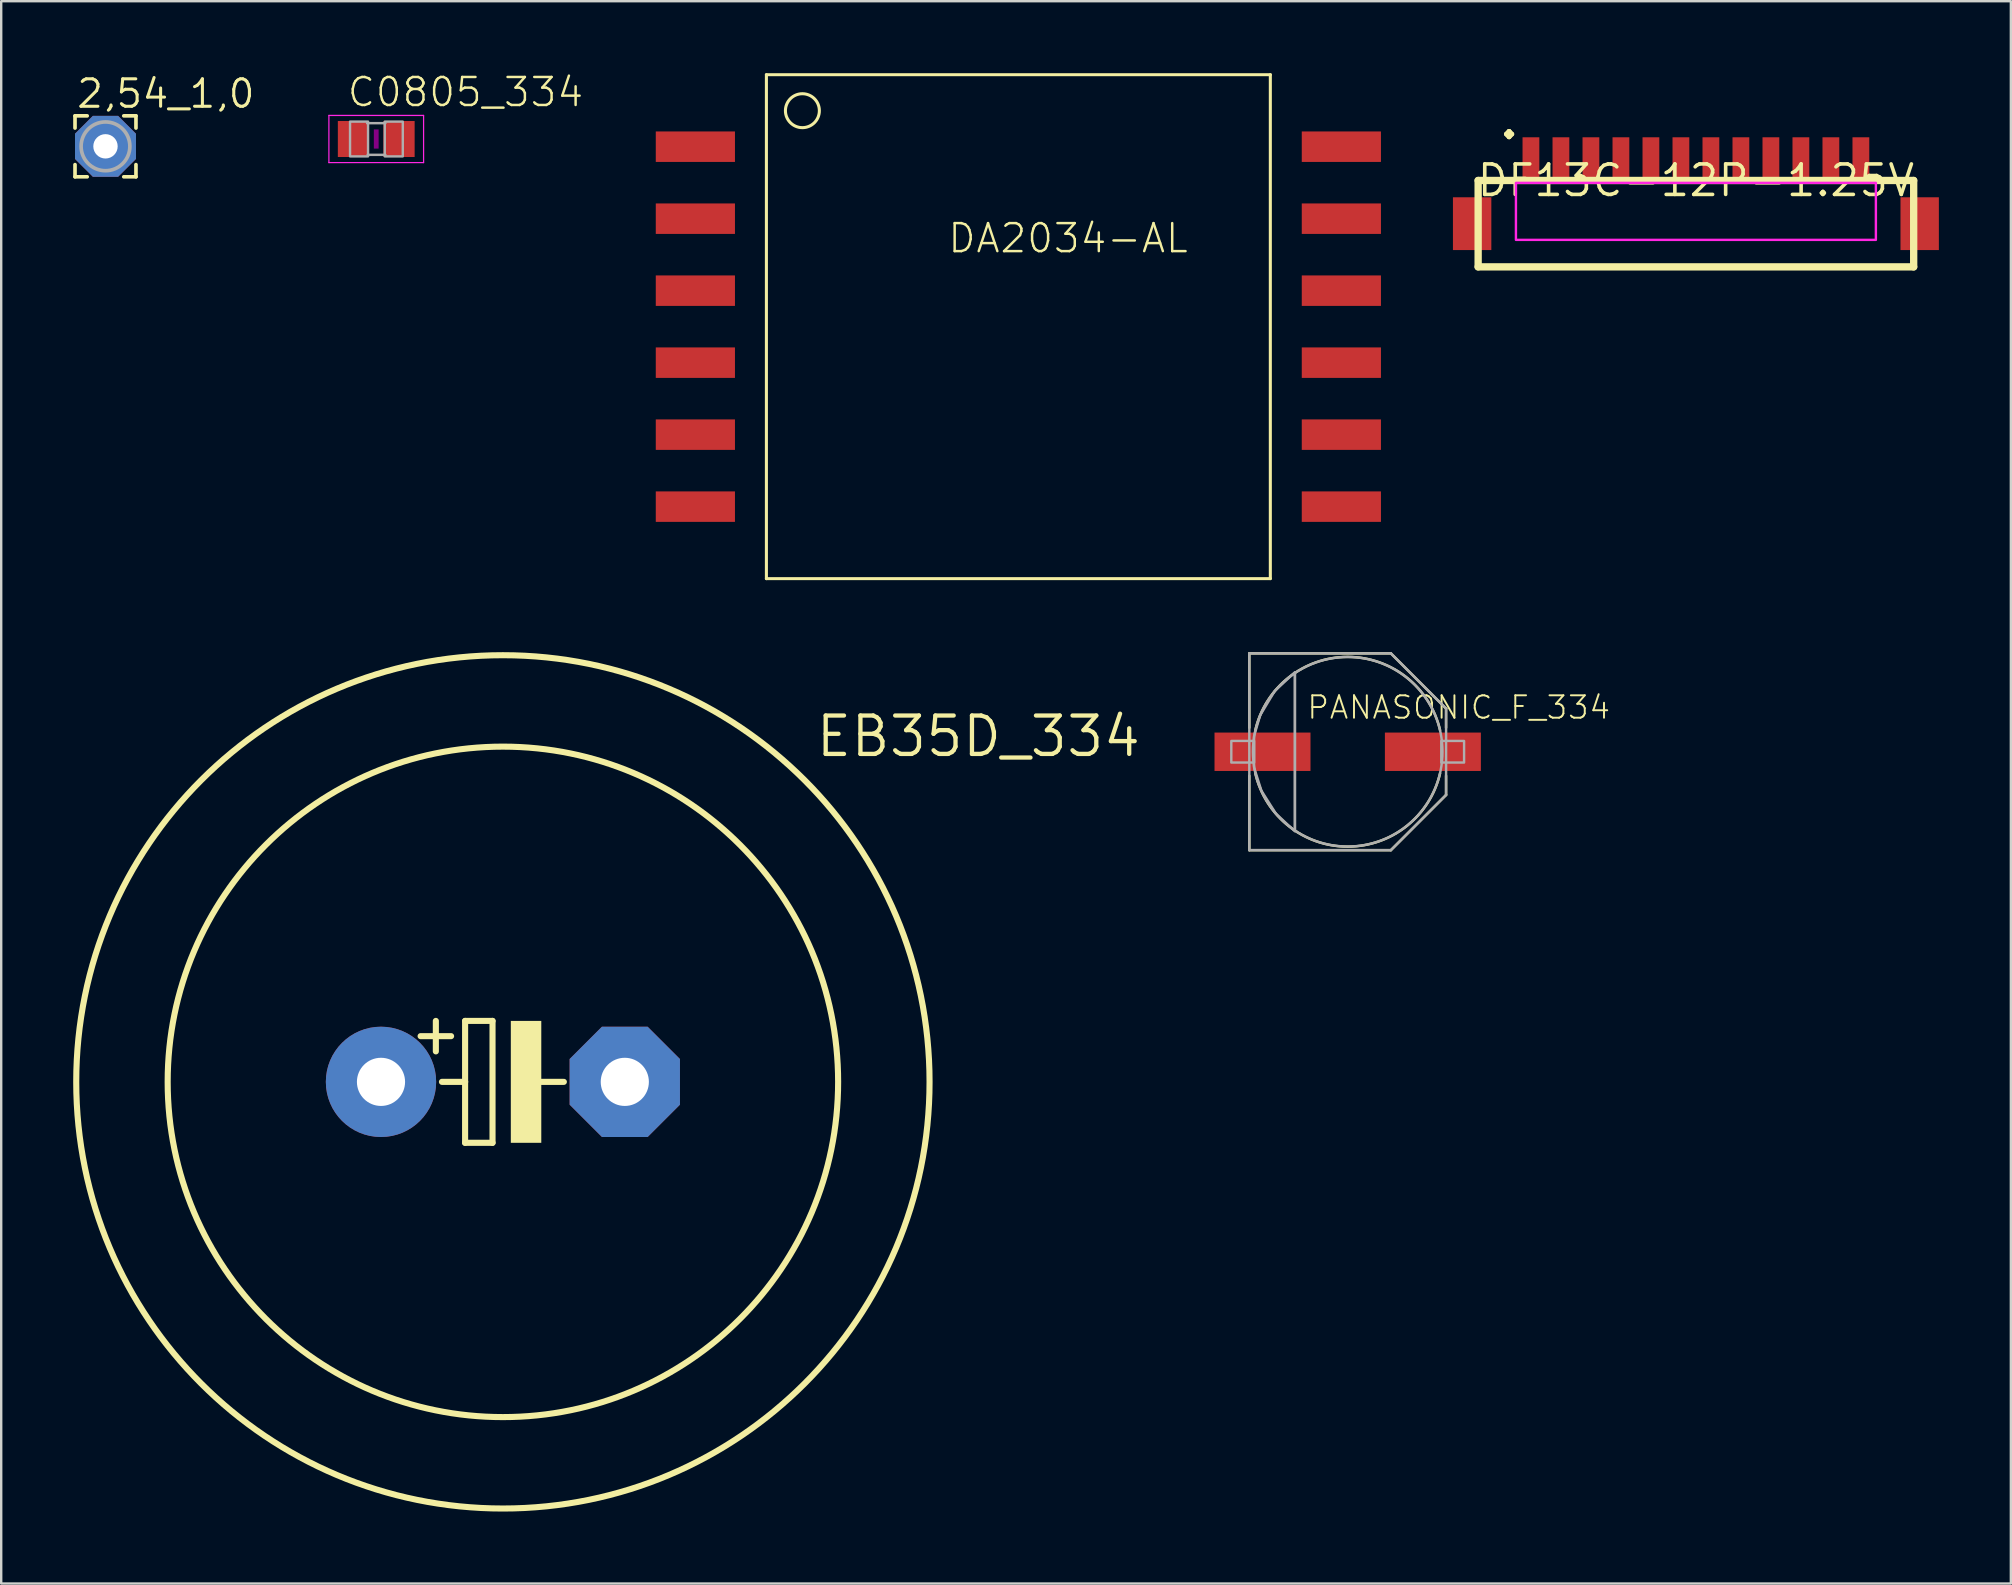
<source format=kicad_pcb>
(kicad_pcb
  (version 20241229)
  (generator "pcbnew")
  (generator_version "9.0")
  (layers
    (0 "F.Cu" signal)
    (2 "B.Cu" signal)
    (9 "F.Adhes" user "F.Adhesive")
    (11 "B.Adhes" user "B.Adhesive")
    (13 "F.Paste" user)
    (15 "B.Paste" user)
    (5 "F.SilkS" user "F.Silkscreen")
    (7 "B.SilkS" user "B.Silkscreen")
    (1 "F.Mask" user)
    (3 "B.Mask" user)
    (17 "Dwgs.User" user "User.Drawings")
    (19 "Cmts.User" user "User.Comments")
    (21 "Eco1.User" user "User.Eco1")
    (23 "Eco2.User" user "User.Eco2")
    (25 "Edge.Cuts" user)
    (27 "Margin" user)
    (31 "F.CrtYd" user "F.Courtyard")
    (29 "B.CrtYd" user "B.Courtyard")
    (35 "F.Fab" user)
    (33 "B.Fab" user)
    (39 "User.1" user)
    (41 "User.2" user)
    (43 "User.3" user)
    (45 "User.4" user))
  (footprint "PANASONIC_F_334"
    (layer "F.Cu")
    (at 53.112 28.278)
    (property "Reference" "PANASONIC_F_334" (at -1.75 -1.3 0) (unlocked yes) (layer "F.SilkS") (effects (font (size 0.935 0.935) (thickness 0.081)) (justify left bottom)))
    (fp_line (start -4.1 -4.1) (end 1.8 -4.1) (stroke (width 0.102) (type solid)) (layer "F.SilkS"))
    (fp_line (start -4.1 -1) (end -4.1 -4.1) (stroke (width 0.102) (type solid)) (layer "F.SilkS"))
    (fp_line (start -4.1 4.1) (end -4.1 1) (stroke (width 0.102) (type solid)) (layer "F.SilkS"))
    (fp_line (start 1.8 -4.1) (end 4.1 -1.8) (stroke (width 0.102) (type solid)) (layer "F.SilkS"))
    (fp_line (start 1.8 4.1) (end -4.1 4.1) (stroke (width 0.102) (type solid)) (layer "F.SilkS"))
    (fp_line (start 4.1 -1.8) (end 4.1 -1) (stroke (width 0.102) (type solid)) (layer "F.SilkS"))
    (fp_line (start 4.1 1) (end 4.1 1.8) (stroke (width 0.102) (type solid)) (layer "F.SilkS"))
    (fp_line (start 4.1 1.8) (end 1.8 4.1) (stroke (width 0.102) (type solid)) (layer "F.SilkS"))
    (fp_arc (start -3.85 -0.9) (mid 0 -3.953796) (end 3.85 -0.9) (stroke (width 0.1016) (type solid)) (layer "F.SilkS"))
    (fp_arc (start 3.85 0.9) (mid 0 3.953796) (end -3.85 0.9) (stroke (width 0.1016) (type solid)) (layer "F.SilkS"))
    (fp_line (start -4.1 -4.1) (end 1.8 -4.1) (stroke (width 0.102) (type solid)) (layer "F.Fab"))
    (fp_line (start -4.1 4.1) (end -4.1 -4.1) (stroke (width 0.102) (type solid)) (layer "F.Fab"))
    (fp_line (start -2.2 -3.25) (end -2.2 3.25) (stroke (width 0.102) (type solid)) (layer "F.Fab"))
    (fp_line (start 1.8 -4.1) (end 4.1 -1.8) (stroke (width 0.102) (type solid)) (layer "F.Fab"))
    (fp_line (start 1.8 4.1) (end -4.1 4.1) (stroke (width 0.102) (type solid)) (layer "F.Fab"))
    (fp_line (start 4.1 -1.8) (end 4.1 1.8) (stroke (width 0.102) (type solid)) (layer "F.Fab"))
    (fp_line (start 4.1 1.8) (end 1.8 4.1) (stroke (width 0.102) (type solid)) (layer "F.Fab"))
    (fp_circle (center 0 0) (end 3.95 0) (stroke (width 0.102) (type solid)) (fill no) (layer "F.Fab"))
    (fp_circle (center 0 0) (end 4 0) (stroke (width 0.001) (type solid)) (fill no) (layer "F.Fab"))
    (fp_poly (pts (xy -4.85 0.45) (xy -3.9 0.45) (xy -3.9 -0.45) (xy -4.85 -0.45)) (stroke (width 0.1) (type default)) (fill no) (layer "F.Fab"))
    (fp_poly (pts (xy 3.9 0.45) (xy 4.85 0.45) (xy 4.85 -0.45) (xy 3.9 -0.45)) (stroke (width 0.1) (type default)) (fill no) (layer "F.Fab"))
    (fp_poly (pts (xy -2.199 3.316) (xy -2.989 2.583) (xy -3.596 1.622) (xy -3.901 0.658) (xy -3.901 -0.657) (xy -3.647 -1.521) (xy -3.04 -2.532) (xy -2.199 -3.317)) (stroke (width 0.1) (type default)) (fill no) (layer "F.Fab"))
    (pad "+" smd rect (at 3.55 0) (size 4 1.6) (layers "F.Cu" "F.Mask" "F.Paste"))
    (pad "-" smd rect (at -3.55 0) (size 4 1.6) (layers "F.Cu" "F.Mask" "F.Paste")))
  (footprint "DF13C-12P-1.25V"
    (layer "F.Cu")
    (at 67.623 4.471)
    (property "Reference" "DF13C-12P-1.25V" (at 0 0 0) (layer "F.SilkS") (effects (font (size 1.27 1.27) (thickness 0.15))))
    (fp_line (start -9.075 0) (end -9.075 3.6) (stroke (width 0.305) (type solid)) (layer "F.SilkS"))
    (fp_line (start -9.075 3.6) (end 9.075 3.6) (stroke (width 0.305) (type solid)) (layer "F.SilkS"))
    (fp_line (start 9.075 0) (end -9.075 0) (stroke (width 0.305) (type solid)) (layer "F.SilkS"))
    (fp_line (start 9.075 3.6) (end 9.075 0) (stroke (width 0.305) (type solid)) (layer "F.SilkS"))
    (fp_poly (pts (xy -7.5 2.475) (xy 7.5 2.475) (xy 7.5 0.1) (xy -7.5 0.1)) (stroke (width 0.1) (type default)) (fill no) (layer "F.CrtYd"))
    (fp_text user "." (at -8.475 -1.525 0) (unlocked yes) (layer "F.SilkS") (effects (font (size 2.337 2.337) (thickness 0.203)) (justify left bottom)))
    (pad "M$0" smd rect (at 9.325 1.8 90) (size 2.2 1.6) (layers "F.Cu" "F.Mask" "F.Paste"))
    (pad "M$1" smd rect (at -9.325 1.8 90) (size 2.2 1.6) (layers "F.Cu" "F.Mask" "F.Paste"))
    (pad "P$1" smd rect (at -6.875 -0.9) (size 0.7 1.8) (layers "F.Cu" "F.Mask" "F.Paste"))
    (pad "P$2" smd rect (at -5.625 -0.9) (size 0.7 1.8) (layers "F.Cu" "F.Mask" "F.Paste"))
    (pad "P$3" smd rect (at -4.375 -0.9) (size 0.7 1.8) (layers "F.Cu" "F.Mask" "F.Paste"))
    (pad "P$4" smd rect (at -3.125 -0.9) (size 0.7 1.8) (layers "F.Cu" "F.Mask" "F.Paste"))
    (pad "P$5" smd rect (at -1.875 -0.9) (size 0.7 1.8) (layers "F.Cu" "F.Mask" "F.Paste"))
    (pad "P$6" smd rect (at -0.625 -0.9) (size 0.7 1.8) (layers "F.Cu" "F.Mask" "F.Paste"))
    (pad "P$7" smd rect (at 0.625 -0.9) (size 0.7 1.8) (layers "F.Cu" "F.Mask" "F.Paste"))
    (pad "P$8" smd rect (at 1.875 -0.9) (size 0.7 1.8) (layers "F.Cu" "F.Mask" "F.Paste"))
    (pad "P$9" smd rect (at 3.125 -0.9) (size 0.7 1.8) (layers "F.Cu" "F.Mask" "F.Paste"))
    (pad "P$10" smd rect (at 4.375 -0.9) (size 0.7 1.8) (layers "F.Cu" "F.Mask" "F.Paste"))
    (pad "P$11" smd rect (at 5.625 -0.9) (size 0.7 1.8) (layers "F.Cu" "F.Mask" "F.Paste"))
    (pad "P$12" smd rect (at 6.875 -0.9) (size 0.7 1.8) (layers "F.Cu" "F.Mask" "F.Paste")))
  (footprint "DA2034-AL"
    (layer "F.Cu")
    (at 39.388 10.563)
    (property "Reference" "DA2034-AL" (at -3 -3 0) (unlocked yes) (layer "F.SilkS") (effects (font (size 1.168 1.168) (thickness 0.102)) (justify left bottom)))
    (fp_line (start -10.5 -10.5) (end 10.5 -10.5) (stroke (width 0.127) (type solid)) (layer "F.SilkS"))
    (fp_line (start -10.5 10.5) (end -10.5 -10.5) (stroke (width 0.127) (type solid)) (layer "F.SilkS"))
    (fp_line (start 10.5 -10.5) (end 10.5 10.5) (stroke (width 0.127) (type solid)) (layer "F.SilkS"))
    (fp_line (start 10.5 10.5) (end -10.5 10.5) (stroke (width 0.127) (type solid)) (layer "F.SilkS"))
    (fp_circle (center -9 -9) (end -8.293 -9) (stroke (width 0.127) (type solid)) (fill no) (layer "F.SilkS"))
    (pad "1" smd rect (at -13.46 -7.5) (size 3.3 1.27) (layers "F.Cu" "F.Mask" "F.Paste"))
    (pad "2" smd rect (at -13.46 -4.5) (size 3.3 1.27) (layers "F.Cu" "F.Mask" "F.Paste"))
    (pad "3" smd rect (at -13.46 -1.5) (size 3.3 1.27) (layers "F.Cu" "F.Mask" "F.Paste"))
    (pad "4" smd rect (at -13.46 1.5) (size 3.3 1.27) (layers "F.Cu" "F.Mask" "F.Paste"))
    (pad "5" smd rect (at -13.46 4.5) (size 3.3 1.27) (layers "F.Cu" "F.Mask" "F.Paste"))
    (pad "6" smd rect (at -13.46 7.5) (size 3.3 1.27) (layers "F.Cu" "F.Mask" "F.Paste"))
    (pad "7" smd rect (at 13.46 7.5) (size 3.3 1.27) (layers "F.Cu" "F.Mask" "F.Paste"))
    (pad "8" smd rect (at 13.46 4.5) (size 3.3 1.27) (layers "F.Cu" "F.Mask" "F.Paste"))
    (pad "9" smd rect (at 13.46 1.5) (size 3.3 1.27) (layers "F.Cu" "F.Mask" "F.Paste"))
    (pad "10" smd rect (at 13.46 -1.5) (size 3.3 1.27) (layers "F.Cu" "F.Mask" "F.Paste"))
    (pad "11" smd rect (at 13.46 -4.5) (size 3.3 1.27) (layers "F.Cu" "F.Mask" "F.Paste"))
    (pad "12" smd rect (at 13.46 -7.5) (size 3.3 1.27) (layers "F.Cu" "F.Mask" "F.Paste")))
  (footprint "C0805_334"
    (layer "F.Cu")
    (at 12.629 2.743)
    (property "Reference" "C0805_334" (at -1.27 -1.27 0) (unlocked yes) (layer "F.SilkS") (effects (font (size 1.168 1.168) (thickness 0.102)) (justify left bottom)))
    (fp_poly (pts (xy -0.1 0.4) (xy 0.1 0.4) (xy 0.1 -0.4) (xy -0.1 -0.4)) (stroke (width 0) (type default)) (fill yes) (layer "F.Adhes"))
    (fp_line (start -1.973 -0.983) (end 1.973 -0.983) (stroke (width 0.051) (type solid)) (layer "F.CrtYd"))
    (fp_line (start -1.973 0.983) (end -1.973 -0.983) (stroke (width 0.051) (type solid)) (layer "F.CrtYd"))
    (fp_line (start 1.973 -0.983) (end 1.973 0.983) (stroke (width 0.051) (type solid)) (layer "F.CrtYd"))
    (fp_line (start 1.973 0.983) (end -1.973 0.983) (stroke (width 0.051) (type solid)) (layer "F.CrtYd"))
    (fp_line (start -0.381 -0.66) (end 0.381 -0.66) (stroke (width 0.102) (type solid)) (layer "F.Fab"))
    (fp_line (start -0.356 0.66) (end 0.381 0.66) (stroke (width 0.102) (type solid)) (layer "F.Fab"))
    (fp_poly (pts (xy -1.092 0.724) (xy -0.342 0.724) (xy -0.342 -0.726) (xy -1.092 -0.726)) (stroke (width 0.1) (type default)) (fill no) (layer "F.Fab"))
    (fp_poly (pts (xy 0.356 0.724) (xy 1.106 0.724) (xy 1.106 -0.726) (xy 0.356 -0.726)) (stroke (width 0.1) (type default)) (fill no) (layer "F.Fab"))
    (pad "1" smd rect (at -0.95 0) (size 1.3 1.5) (layers "F.Cu" "F.Mask" "F.Paste"))
    (pad "2" smd rect (at 0.95 0) (size 1.3 1.5) (layers "F.Cu" "F.Mask" "F.Paste")))
  (footprint "2,54_1,0"
    (layer "F.Cu")
    (at 1.346 3.048)
    (property "Reference" "2,54_1,0" (at -1.27 -1.524 0) (unlocked yes) (layer "F.SilkS") (effects (font (size 1.143 1.143) (thickness 0.127)) (justify left bottom)))
    (fp_line (start -1.27 -1.27) (end -1.27 -0.762) (stroke (width 0.152) (type solid)) (layer "F.SilkS"))
    (fp_line (start -1.27 -1.27) (end -0.762 -1.27) (stroke (width 0.152) (type solid)) (layer "F.SilkS"))
    (fp_line (start -1.27 1.27) (end -1.27 0.762) (stroke (width 0.152) (type solid)) (layer "F.SilkS"))
    (fp_line (start -1.27 1.27) (end -0.762 1.27) (stroke (width 0.152) (type solid)) (layer "F.SilkS"))
    (fp_line (start 0.762 1.27) (end 1.27 1.27) (stroke (width 0.152) (type solid)) (layer "F.SilkS"))
    (fp_line (start 1.27 -1.27) (end 0.762 -1.27) (stroke (width 0.152) (type solid)) (layer "F.SilkS"))
    (fp_line (start 1.27 -1.27) (end 1.27 -0.762) (stroke (width 0.152) (type solid)) (layer "F.SilkS"))
    (fp_line (start 1.27 1.27) (end 1.27 0.762) (stroke (width 0.152) (type solid)) (layer "F.SilkS"))
    (fp_circle (center 0 0) (end 1.016 0) (stroke (width 0.152) (type solid)) (fill no) (layer "F.Fab"))
    (pad "1" thru_hole roundrect (at 0 0) (size 2.54 2.54) (drill 1.016) (layers "*.Cu" "*.Mask") (roundrect_rratio 0.25) (chamfer_ratio 0.293) (chamfer top_left top_right bottom_left bottom_right)))
  (footprint "EB35D_334"
    (layer "F.Cu")
    (at 17.907 42.034)
    (property "Reference" "EB35D_334" (at 12.954 -13.462 0) (unlocked yes) (layer "F.SilkS") (effects (font (size 1.6 1.6) (thickness 0.178)) (justify left bottom)))
    (fp_line (start -2.794 -2.54) (end -2.794 -1.27) (stroke (width 0.254) (type solid)) (layer "F.SilkS"))
    (fp_line (start -2.54 0) (end -1.575 0) (stroke (width 0.254) (type solid)) (layer "F.SilkS"))
    (fp_line (start -2.159 -1.905) (end -3.429 -1.905) (stroke (width 0.254) (type solid)) (layer "F.SilkS"))
    (fp_line (start -1.575 -2.54) (end -0.432 -2.54) (stroke (width 0.254) (type solid)) (layer "F.SilkS"))
    (fp_line (start -1.575 0) (end -1.575 -2.54) (stroke (width 0.254) (type solid)) (layer "F.SilkS"))
    (fp_line (start -1.575 2.54) (end -1.575 0) (stroke (width 0.254) (type solid)) (layer "F.SilkS"))
    (fp_line (start -0.432 -2.54) (end -0.432 2.54) (stroke (width 0.254) (type solid)) (layer "F.SilkS"))
    (fp_line (start -0.432 2.54) (end -1.575 2.54) (stroke (width 0.254) (type solid)) (layer "F.SilkS"))
    (fp_line (start 1.397 0) (end 2.54 0) (stroke (width 0.254) (type solid)) (layer "F.SilkS"))
    (fp_circle (center 0 0) (end 13.97 0) (stroke (width 0.254) (type solid)) (fill no) (layer "F.SilkS"))
    (fp_circle (center 0 0) (end 17.78 0) (stroke (width 0.254) (type solid)) (fill no) (layer "F.SilkS"))
    (fp_poly (pts (xy 0.33 2.54) (xy 1.6 2.54) (xy 1.6 -2.54) (xy 0.33 -2.54)) (stroke (width 0) (type default)) (fill yes) (layer "F.SilkS"))
    (pad "+" thru_hole circle (at -5.08 0) (size 4.597 4.597) (drill 2.007) (layers "*.Cu" "*.Mask"))
    (pad "-" thru_hole roundrect (at 5.08 0) (size 4.597 4.597) (drill 2.007) (layers "*.Cu" "*.Mask") (roundrect_rratio 0.25) (chamfer_ratio 0.293) (chamfer top_left top_right bottom_left bottom_right)))
  (gr_rect
    (start -3 -3)
    (end 80.748 62.941)
    (stroke (width 0.1) (type default))
    (fill no)
    (layer "Edge.Cuts")))
</source>
